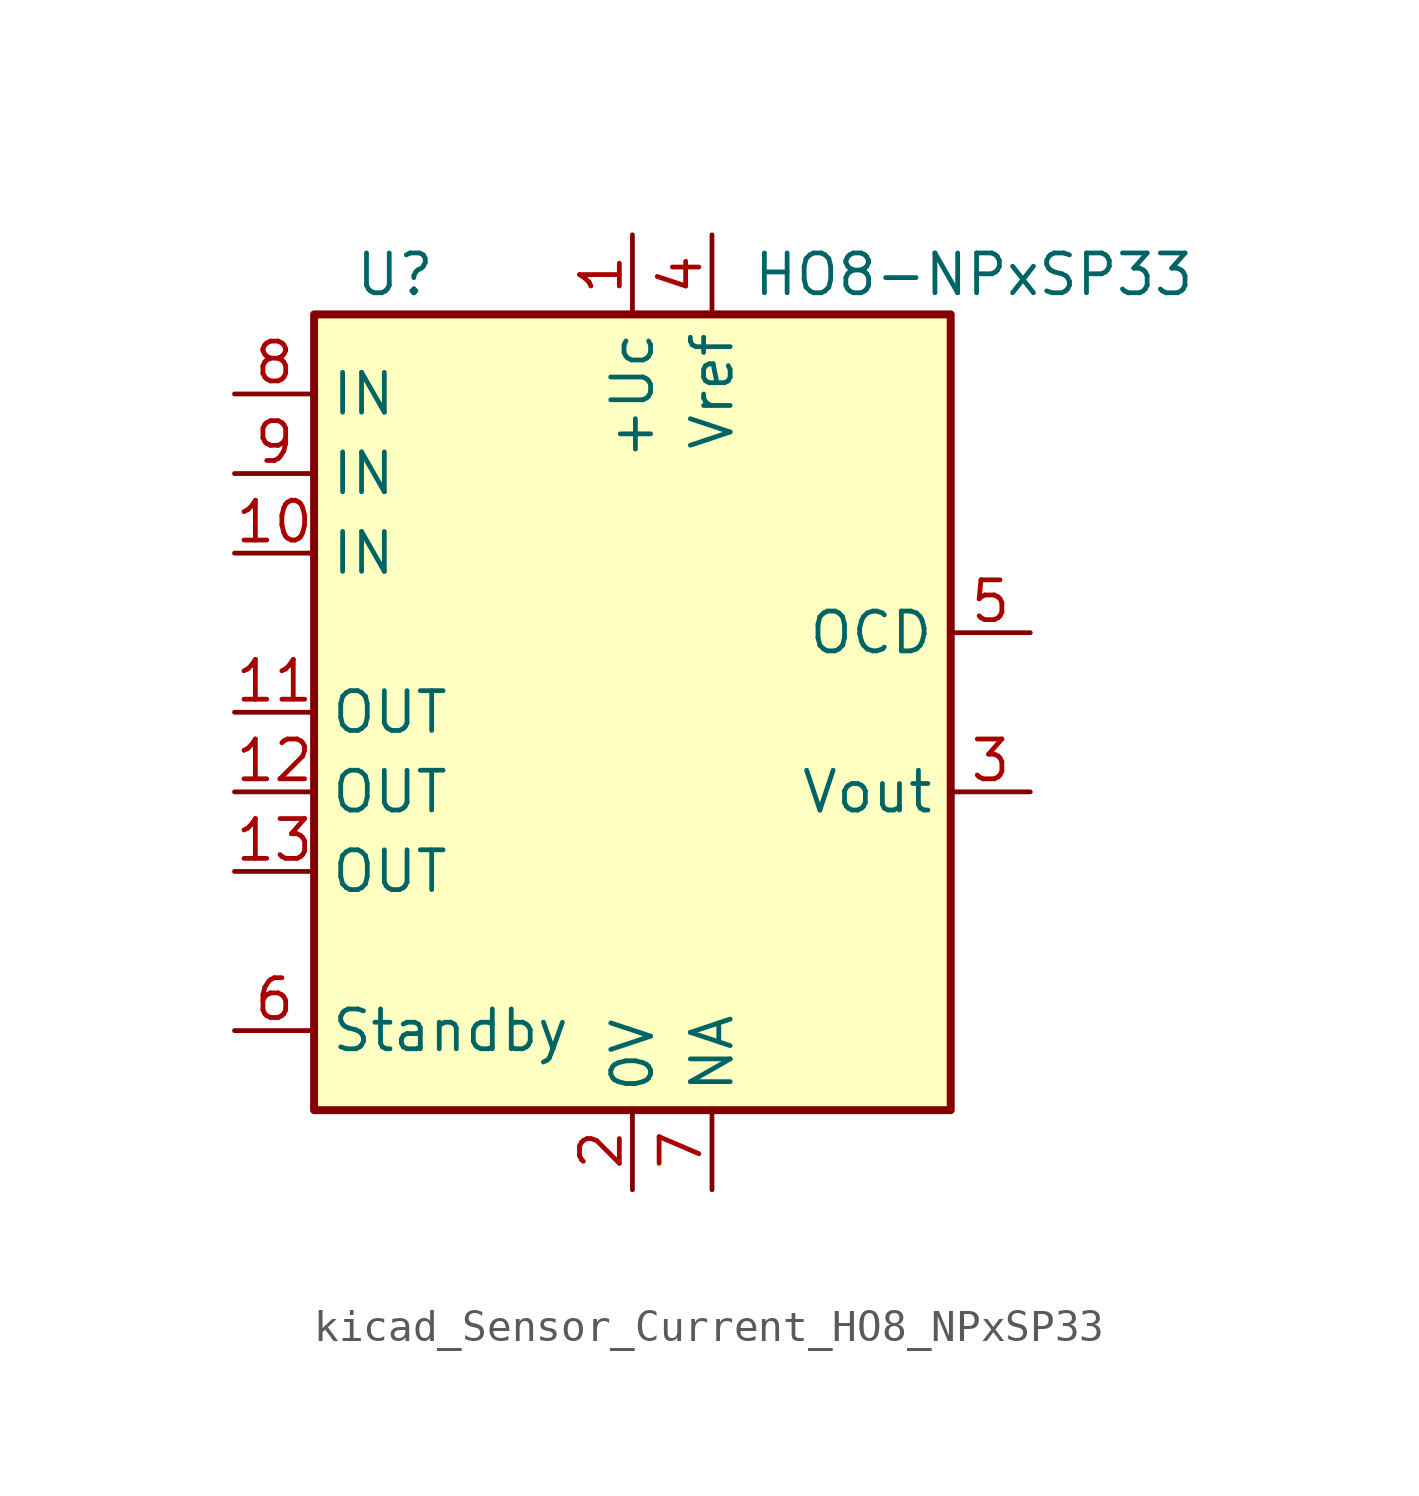
<source format=kicad_sym>
(kicad_symbol_lib
  (version 20220914)
  (generator kicad_symbol_editor)
  (symbol "kicad_Sensor_Current_HO8_NPxSP33"
    (property "Reference" "U"
      (at -8.89 13.97 0)
      (effects (font (size 1.27 1.27)) (justify left)))
    (property "Value" "HO8-NPxSP33"
      (at 3.81 13.97 0)
      (effects (font (size 1.27 1.27)) (justify left)))
    (symbol "kicad_Sensor_Current_HO8_NPxSP33_0_1"
      (rectangle (start -10.16 12.7) (end 10.16 -12.7) (stroke (width 0.254) (type default)) (fill (type background))))
    (symbol "kicad_Sensor_Current_HO8_NPxSP33_1_1"
      (pin power_in line (at 0 15.24 270) (length 2.54) (name "+Uc" (effects (font (size 1.27 1.27)))) (number "1" (effects (font (size 1.27 1.27)))))
      (pin passive line (at -12.7 5.08 0) (length 2.54) (name "IN" (effects (font (size 1.27 1.27)))) (number "10" (effects (font (size 1.27 1.27)))))
      (pin passive line (at -12.7 0 0) (length 2.54) (name "OUT" (effects (font (size 1.27 1.27)))) (number "11" (effects (font (size 1.27 1.27)))))
      (pin passive line (at -12.7 -2.54 0) (length 2.54) (name "OUT" (effects (font (size 1.27 1.27)))) (number "12" (effects (font (size 1.27 1.27)))))
      (pin passive line (at -12.7 -5.08 0) (length 2.54) (name "OUT" (effects (font (size 1.27 1.27)))) (number "13" (effects (font (size 1.27 1.27)))))
      (pin power_in line (at 0 -15.24 90) (length 2.54) (name "0V" (effects (font (size 1.27 1.27)))) (number "2" (effects (font (size 1.27 1.27)))))
      (pin output line (at 12.7 -2.54 180) (length 2.54) (name "Vout" (effects (font (size 1.27 1.27)))) (number "3" (effects (font (size 1.27 1.27)))))
      (pin passive line (at 2.54 15.24 270) (length 2.54) (name "Vref" (effects (font (size 1.27 1.27)))) (number "4" (effects (font (size 1.27 1.27)))))
      (pin open_collector line (at 12.7 2.54 180) (length 2.54) (name "OCD" (effects (font (size 1.27 1.27)))) (number "5" (effects (font (size 1.27 1.27)))))
      (pin input line (at -12.7 -10.16 0) (length 2.54) (name "Standby" (effects (font (size 1.27 1.27)))) (number "6" (effects (font (size 1.27 1.27)))))
      (pin passive line (at 2.54 -15.24 90) (length 2.54) (name "NA" (effects (font (size 1.27 1.27)))) (number "7" (effects (font (size 1.27 1.27)))))
      (pin passive line (at -12.7 10.16 0) (length 2.54) (name "IN" (effects (font (size 1.27 1.27)))) (number "8" (effects (font (size 1.27 1.27)))))
      (pin passive line (at -12.7 7.62 0) (length 2.54) (name "IN" (effects (font (size 1.27 1.27)))) (number "9" (effects (font (size 1.27 1.27))))))))
</source>
